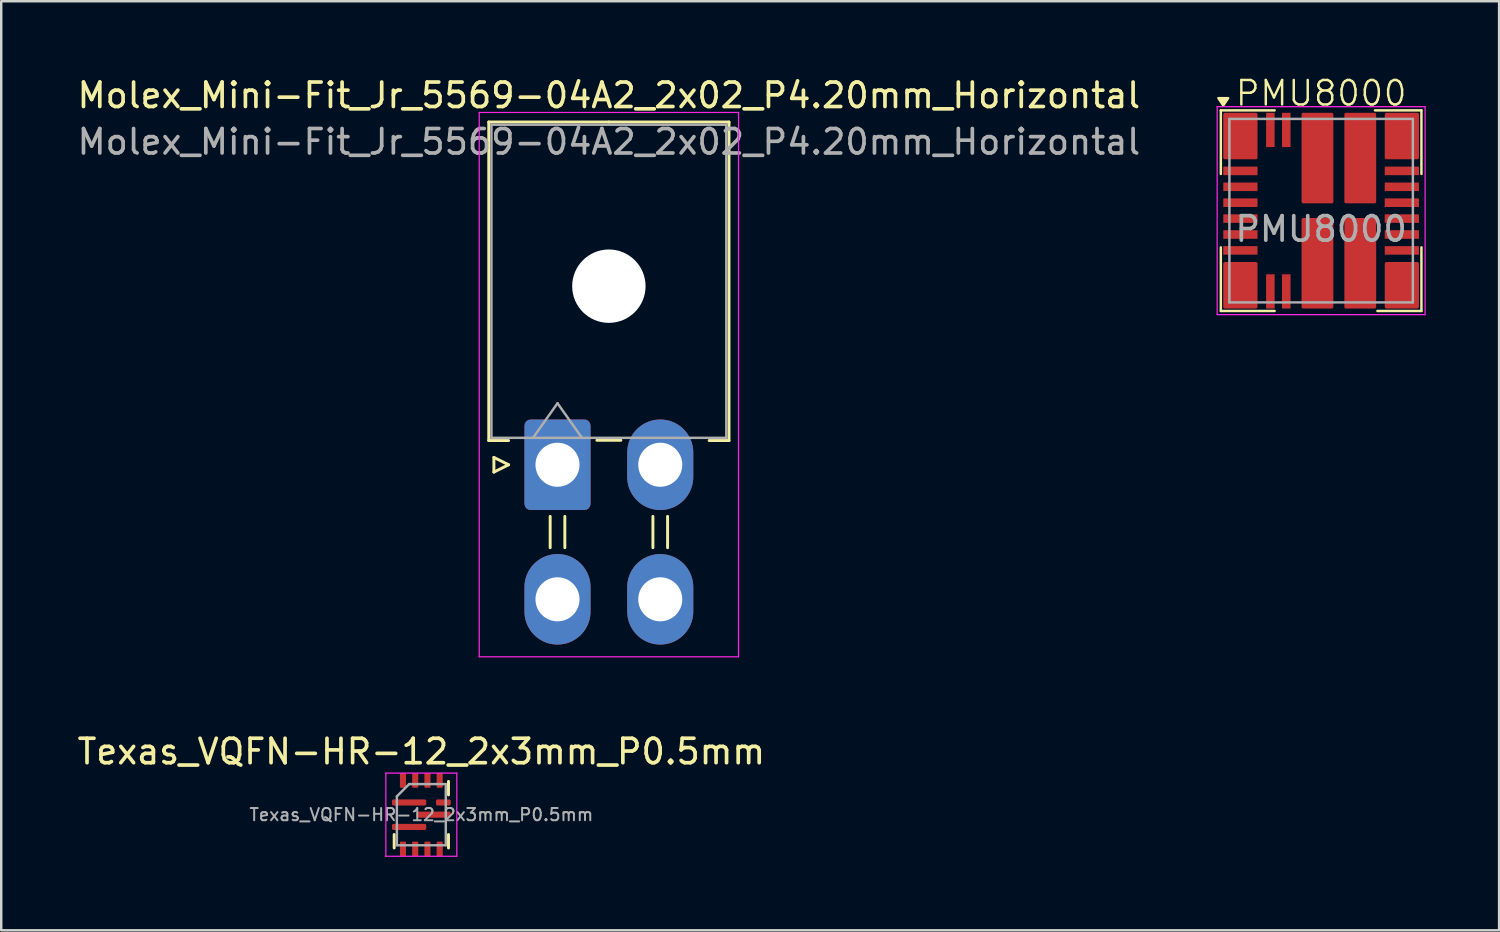
<source format=kicad_pcb>
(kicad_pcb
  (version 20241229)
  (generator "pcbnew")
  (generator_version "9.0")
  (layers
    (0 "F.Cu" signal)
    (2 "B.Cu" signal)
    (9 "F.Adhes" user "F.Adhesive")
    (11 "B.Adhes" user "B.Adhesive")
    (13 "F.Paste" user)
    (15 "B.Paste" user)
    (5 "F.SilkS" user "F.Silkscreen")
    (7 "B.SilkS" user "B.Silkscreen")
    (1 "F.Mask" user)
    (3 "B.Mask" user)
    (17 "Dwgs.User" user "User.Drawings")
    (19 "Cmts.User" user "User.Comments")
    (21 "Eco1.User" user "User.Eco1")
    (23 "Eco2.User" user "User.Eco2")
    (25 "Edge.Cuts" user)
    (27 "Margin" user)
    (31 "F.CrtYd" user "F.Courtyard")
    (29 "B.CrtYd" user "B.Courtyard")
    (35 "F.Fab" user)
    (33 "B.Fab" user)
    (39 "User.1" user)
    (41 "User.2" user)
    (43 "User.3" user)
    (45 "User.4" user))
  (footprint "Molex_Mini-Fit_Jr_5569-04A2_2x02_P4.20mm_Horizontal"
    (layer "F.Cu")
    (at 19.739 15.948)
    (property "Reference" "Molex_Mini-Fit_Jr_5569-04A2_2x02_P4.20mm_Horizontal" (at 2.1 -15.1 0) (layer "F.SilkS") (effects (font (size 1 1) (thickness 0.15))))
    (attr through_hole)
    (fp_line (start -2.81 -14.01) (end 2.1 -14.01) (stroke (width 0.12) (type solid)) (layer "F.SilkS"))
    (fp_line (start -2.81 -0.99) (end -2.81 -14.01) (stroke (width 0.12) (type solid)) (layer "F.SilkS"))
    (fp_line (start -2.6 -0.3) (end -2 0) (stroke (width 0.12) (type solid)) (layer "F.SilkS"))
    (fp_line (start -2.6 0.3) (end -2.6 -0.3) (stroke (width 0.12) (type solid)) (layer "F.SilkS"))
    (fp_line (start -2 -0.99) (end -2.81 -0.99) (stroke (width 0.12) (type solid)) (layer "F.SilkS"))
    (fp_line (start -2 0) (end -2.6 0.3) (stroke (width 0.12) (type solid)) (layer "F.SilkS"))
    (fp_line (start -0.3 2.11) (end -0.3 3.39) (stroke (width 0.12) (type solid)) (layer "F.SilkS"))
    (fp_line (start 0.3 2.11) (end 0.3 3.39) (stroke (width 0.12) (type solid)) (layer "F.SilkS"))
    (fp_line (start 1.61 -1) (end 2.59 -1) (stroke (width 0.12) (type solid)) (layer "F.SilkS"))
    (fp_line (start 3.9 2.11) (end 3.9 3.39) (stroke (width 0.12) (type solid)) (layer "F.SilkS"))
    (fp_line (start 4.5 2.11) (end 4.5 3.39) (stroke (width 0.12) (type solid)) (layer "F.SilkS"))
    (fp_line (start 6.2 -0.99) (end 7.01 -0.99) (stroke (width 0.12) (type solid)) (layer "F.SilkS"))
    (fp_line (start 7.01 -14.01) (end 2.1 -14.01) (stroke (width 0.12) (type solid)) (layer "F.SilkS"))
    (fp_line (start 7.01 -0.99) (end 7.01 -14.01) (stroke (width 0.12) (type solid)) (layer "F.SilkS"))
    (fp_line (start -3.2 -14.4) (end -3.2 7.85) (stroke (width 0.05) (type solid)) (layer "F.CrtYd"))
    (fp_line (start -3.2 7.85) (end 7.4 7.85) (stroke (width 0.05) (type solid)) (layer "F.CrtYd"))
    (fp_line (start 7.4 -14.4) (end -3.2 -14.4) (stroke (width 0.05) (type solid)) (layer "F.CrtYd"))
    (fp_line (start 7.4 7.85) (end 7.4 -14.4) (stroke (width 0.05) (type solid)) (layer "F.CrtYd"))
    (fp_line (start -2.7 -13.9) (end -2.7 -1.1) (stroke (width 0.1) (type solid)) (layer "F.Fab"))
    (fp_line (start -2.7 -1.1) (end 6.9 -1.1) (stroke (width 0.1) (type solid)) (layer "F.Fab"))
    (fp_line (start -1 -1.1) (end 0 -2.514) (stroke (width 0.1) (type solid)) (layer "F.Fab"))
    (fp_line (start 0 -2.514) (end 1 -1.1) (stroke (width 0.1) (type solid)) (layer "F.Fab"))
    (fp_line (start 6.9 -13.9) (end -2.7 -13.9) (stroke (width 0.1) (type solid)) (layer "F.Fab"))
    (fp_line (start 6.9 -1.1) (end 6.9 -13.9) (stroke (width 0.1) (type solid)) (layer "F.Fab"))
    (fp_text user "${REFERENCE}" (at 2.1 -13.2 0) (layer "F.Fab") (effects (font (size 1 1) (thickness 0.15))))
    (pad "" np_thru_hole circle (at 2.1 -7.3) (size 3 3) (drill 3) (layers "*.Cu" "*.Mask"))
    (pad "1" thru_hole roundrect (at 0 0) (size 2.7 3.7) (drill 1.8) (layers "*.Cu" "*.Mask") (roundrect_rratio 0.093))
    (pad "2" thru_hole oval (at 4.2 0) (size 2.7 3.7) (drill 1.8) (layers "*.Cu" "*.Mask"))
    (pad "3" thru_hole oval (at 0 5.5) (size 2.7 3.7) (drill 1.8) (layers "*.Cu" "*.Mask"))
    (pad "4" thru_hole oval (at 4.2 5.5) (size 2.7 3.7) (drill 1.8) (layers "*.Cu" "*.Mask")))
  (footprint "Texas_VQFN-HR-12_2x3mm_P0.5mm"
    (layer "F.Cu")
    (at 14.173 30.252)
    (property "Reference" "Texas_VQFN-HR-12_2x3mm_P0.5mm" (at 0 -2.58 0) (layer "F.SilkS") (effects (font (size 1 1) (thickness 0.15))))
    (attr smd)
    (fp_line (start -1.11 1.36) (end -1.11 0.81) (stroke (width 0.12) (type solid)) (layer "F.SilkS"))
    (fp_line (start 1.11 -1.36) (end 1.11 -0.81) (stroke (width 0.12) (type solid)) (layer "F.SilkS"))
    (fp_line (start 1.11 1.36) (end 1.11 0.81) (stroke (width 0.12) (type solid)) (layer "F.SilkS"))
    (fp_line (start -1.45 -1.7) (end -1.45 1.7) (stroke (width 0.05) (type solid)) (layer "F.CrtYd"))
    (fp_line (start -1.45 1.7) (end 1.45 1.7) (stroke (width 0.05) (type solid)) (layer "F.CrtYd"))
    (fp_line (start 1.45 -1.7) (end -1.45 -1.7) (stroke (width 0.05) (type solid)) (layer "F.CrtYd"))
    (fp_line (start 1.45 1.7) (end 1.45 -1.7) (stroke (width 0.05) (type solid)) (layer "F.CrtYd"))
    (fp_line (start -1 -0.75) (end -0.5 -1.25) (stroke (width 0.1) (type solid)) (layer "F.Fab"))
    (fp_line (start -1 1.25) (end -1 -0.75) (stroke (width 0.1) (type solid)) (layer "F.Fab"))
    (fp_line (start -0.5 -1.25) (end 1 -1.25) (stroke (width 0.1) (type solid)) (layer "F.Fab"))
    (fp_line (start 1 -1.25) (end 1 1.25) (stroke (width 0.1) (type solid)) (layer "F.Fab"))
    (fp_line (start 1 1.25) (end -1 1.25) (stroke (width 0.1) (type solid)) (layer "F.Fab"))
    (fp_text user "${REFERENCE}" (at 0 0 0) (layer "F.Fab") (effects (font (size 0.5 0.5) (thickness 0.08))))
    (pad "1" smd roundrect (at -0.5 -0.5) (size 1.4 0.25) (layers "F.Cu" "F.Mask" "F.Paste") (roundrect_rratio 0.25))
    (pad "2" smd roundrect (at -0.5 0.5) (size 1.4 0.25) (layers "F.Cu" "F.Mask" "F.Paste") (roundrect_rratio 0.25))
    (pad "3" smd roundrect (at -0.75 1.4) (size 0.25 0.6) (layers "F.Cu" "F.Mask" "F.Paste") (roundrect_rratio 0.15))
    (pad "4" smd roundrect (at -0.25 1.4) (size 0.25 0.6) (layers "F.Cu" "F.Mask" "F.Paste") (roundrect_rratio 0.15))
    (pad "5" smd roundrect (at 0.25 1.4) (size 0.25 0.6) (layers "F.Cu" "F.Mask" "F.Paste") (roundrect_rratio 0.15))
    (pad "6" smd roundrect (at 0.75 1.4) (size 0.25 0.6) (layers "F.Cu" "F.Mask" "F.Paste") (roundrect_rratio 0.15))
    (pad "7" smd roundrect (at 0.5 0) (size 1.4 0.25) (layers "F.Cu" "F.Mask" "F.Paste") (roundrect_rratio 0.25))
    (pad "8" smd roundrect (at 0.9 -0.5) (size 0.6 0.25) (layers "F.Cu" "F.Mask" "F.Paste") (roundrect_rratio 0.25))
    (pad "9" smd roundrect (at 0.75 -1.4) (size 0.25 0.6) (layers "F.Cu" "F.Mask" "F.Paste") (roundrect_rratio 0.15))
    (pad "10" smd roundrect (at 0.25 -1.4) (size 0.25 0.6) (layers "F.Cu" "F.Mask" "F.Paste") (roundrect_rratio 0.15))
    (pad "11" smd roundrect (at -0.25 -1.4) (size 0.25 0.6) (layers "F.Cu" "F.Mask" "F.Paste") (roundrect_rratio 0.15))
    (pad "12" smd roundrect (at -0.75 -1.4) (size 0.25 0.6) (layers "F.Cu" "F.Mask" "F.Paste") (roundrect_rratio 0.15)))
  (footprint "PMU8000"
    (layer "F.Cu")
    (at 50.954 5.561)
    (property "Reference" "PMU8000" (at 0 -4.8 0) (unlocked yes) (layer "F.SilkS") (effects (font (size 1 1) (thickness 0.1))))
    (attr smd)
    (fp_line (start -4.1 -4.1) (end -4.1 -1.5) (stroke (width 0.1) (type default)) (layer "F.SilkS"))
    (fp_line (start -4.1 -4.1) (end -1.9 -4.1) (stroke (width 0.1) (type default)) (layer "F.SilkS"))
    (fp_line (start -4.1 1.5) (end -4.1 4.1) (stroke (width 0.1) (type default)) (layer "F.SilkS"))
    (fp_line (start -4.1 4.1) (end -1.9 4.1) (stroke (width 0.1) (type default)) (layer "F.SilkS"))
    (fp_line (start 2.3 4.1) (end 4.1 4.1) (stroke (width 0.1) (type default)) (layer "F.SilkS"))
    (fp_line (start 4.1 -4.1) (end 2.2 -4.1) (stroke (width 0.1) (type default)) (layer "F.SilkS"))
    (fp_line (start 4.1 -1.5) (end 4.1 -4.1) (stroke (width 0.1) (type default)) (layer "F.SilkS"))
    (fp_line (start 4.1 4.1) (end 4.1 1.5) (stroke (width 0.1) (type default)) (layer "F.SilkS"))
    (fp_poly (pts (xy -4.2 -4.6) (xy -3.8 -4.6) (xy -4 -4.3)) (stroke (width 0.1) (type solid)) (fill yes) (layer "F.SilkS"))
    (fp_line (start -4.25 -4.25) (end 4.25 -4.25) (stroke (width 0.05) (type default)) (layer "F.CrtYd"))
    (fp_line (start -4.25 4.25) (end -4.25 -4.25) (stroke (width 0.05) (type default)) (layer "F.CrtYd"))
    (fp_line (start 4.25 -4.25) (end 4.25 4.25) (stroke (width 0.05) (type default)) (layer "F.CrtYd"))
    (fp_line (start 4.25 4.25) (end -4.25 4.25) (stroke (width 0.05) (type default)) (layer "F.CrtYd"))
    (fp_line (start -3.75 -3.75) (end 3.75 -3.75) (stroke (width 0.1) (type default)) (layer "F.Fab"))
    (fp_line (start -3.75 3.75) (end -3.75 -3.75) (stroke (width 0.1) (type default)) (layer "F.Fab"))
    (fp_line (start 3.75 -3.75) (end 3.75 3.75) (stroke (width 0.1) (type default)) (layer "F.Fab"))
    (fp_line (start 3.75 3.75) (end -3.75 3.75) (stroke (width 0.1) (type default)) (layer "F.Fab"))
    (fp_text user "${REFERENCE}" (at 0 0.75 0) (unlocked yes) (layer "F.Fab") (effects (font (size 1 1) (thickness 0.15))))
    (pad "1" smd roundrect (at -3.3 -3.05) (size 1.4 1.9) (layers "F.Cu" "F.Mask" "F.Paste") (roundrect_rratio 0.05))
    (pad "2" smd roundrect (at -3.3 -1.625) (size 1.4 0.35) (layers "F.Cu" "F.Mask" "F.Paste") (roundrect_rratio 0.05))
    (pad "3" smd roundrect (at -3.3 -0.975) (size 1.4 0.35) (layers "F.Cu" "F.Mask" "F.Paste") (roundrect_rratio 0.05))
    (pad "4" smd roundrect (at -3.3 -0.325) (size 1.4 0.35) (layers "F.Cu" "F.Mask" "F.Paste") (roundrect_rratio 0.05))
    (pad "5" smd roundrect (at -3.3 0.325) (size 1.4 0.35) (layers "F.Cu" "F.Mask" "F.Paste") (roundrect_rratio 0.05))
    (pad "6" smd roundrect (at -3.3 0.975) (size 1.4 0.35) (layers "F.Cu" "F.Mask" "F.Paste") (roundrect_rratio 0.05))
    (pad "7" smd roundrect (at -3.3 1.625) (size 1.4 0.35) (layers "F.Cu" "F.Mask" "F.Paste") (roundrect_rratio 0.05))
    (pad "8" smd roundrect (at -3.3 3.05) (size 1.4 1.9) (layers "F.Cu" "F.Mask" "F.Paste") (roundrect_rratio 0.05))
    (pad "9" smd roundrect (at -2.075 3.3) (size 0.35 1.4) (layers "F.Cu" "F.Mask" "F.Paste") (roundrect_rratio 0.05))
    (pad "10" smd roundrect (at -1.425 3.3) (size 0.35 1.4) (layers "F.Cu" "F.Mask" "F.Paste") (roundrect_rratio 0.05))
    (pad "11" smd roundrect (at -0.15 2.15) (size 1.3 3.7) (layers "F.Cu" "F.Mask" "F.Paste") (roundrect_rratio 0.05))
    (pad "12" smd roundrect (at 1.6 2.15) (size 1.3 3.7) (layers "F.Cu" "F.Mask" "F.Paste") (roundrect_rratio 0.05))
    (pad "13" smd roundrect (at 3.3 3.05) (size 1.4 1.9) (layers "F.Cu" "F.Mask" "F.Paste") (roundrect_rratio 0.05))
    (pad "14" smd roundrect (at 3.3 1.625) (size 1.4 0.35) (layers "F.Cu" "F.Mask" "F.Paste") (roundrect_rratio 0.05))
    (pad "15" smd roundrect (at 3.3 0.975) (size 1.4 0.35) (layers "F.Cu" "F.Mask" "F.Paste") (roundrect_rratio 0.05))
    (pad "16" smd roundrect (at 3.3 0.325) (size 1.4 0.35) (layers "F.Cu" "F.Mask" "F.Paste") (roundrect_rratio 0.05))
    (pad "17" smd roundrect (at 3.3 -0.325) (size 1.4 0.35) (layers "F.Cu" "F.Mask" "F.Paste") (roundrect_rratio 0.05))
    (pad "18" smd roundrect (at 3.3 -0.975) (size 1.4 0.35) (layers "F.Cu" "F.Mask" "F.Paste") (roundrect_rratio 0.05))
    (pad "19" smd roundrect (at 3.3 -1.625) (size 1.4 0.35) (layers "F.Cu" "F.Mask" "F.Paste") (roundrect_rratio 0.05))
    (pad "20" smd roundrect (at 3.3 -3.05) (size 1.4 1.9) (layers "F.Cu" "F.Mask" "F.Paste") (roundrect_rratio 0.05))
    (pad "21" smd roundrect (at 1.6 -2.15) (size 1.3 3.7) (layers "F.Cu" "F.Mask" "F.Paste") (roundrect_rratio 0.05))
    (pad "22" smd roundrect (at -0.15 -2.15) (size 1.3 3.7) (layers "F.Cu" "F.Mask" "F.Paste") (roundrect_rratio 0.05))
    (pad "23" smd roundrect (at -1.425 -3.3) (size 0.35 1.4) (layers "F.Cu" "F.Mask" "F.Paste") (roundrect_rratio 0.05))
    (pad "24" smd roundrect (at -2.075 -3.3) (size 0.35 1.4) (layers "F.Cu" "F.Mask" "F.Paste") (roundrect_rratio 0.05)))
  (gr_rect
    (start -3 -3)
    (end 58.229 34.977)
    (stroke (width 0.1) (type default))
    (fill no)
    (layer "Edge.Cuts")))
</source>
